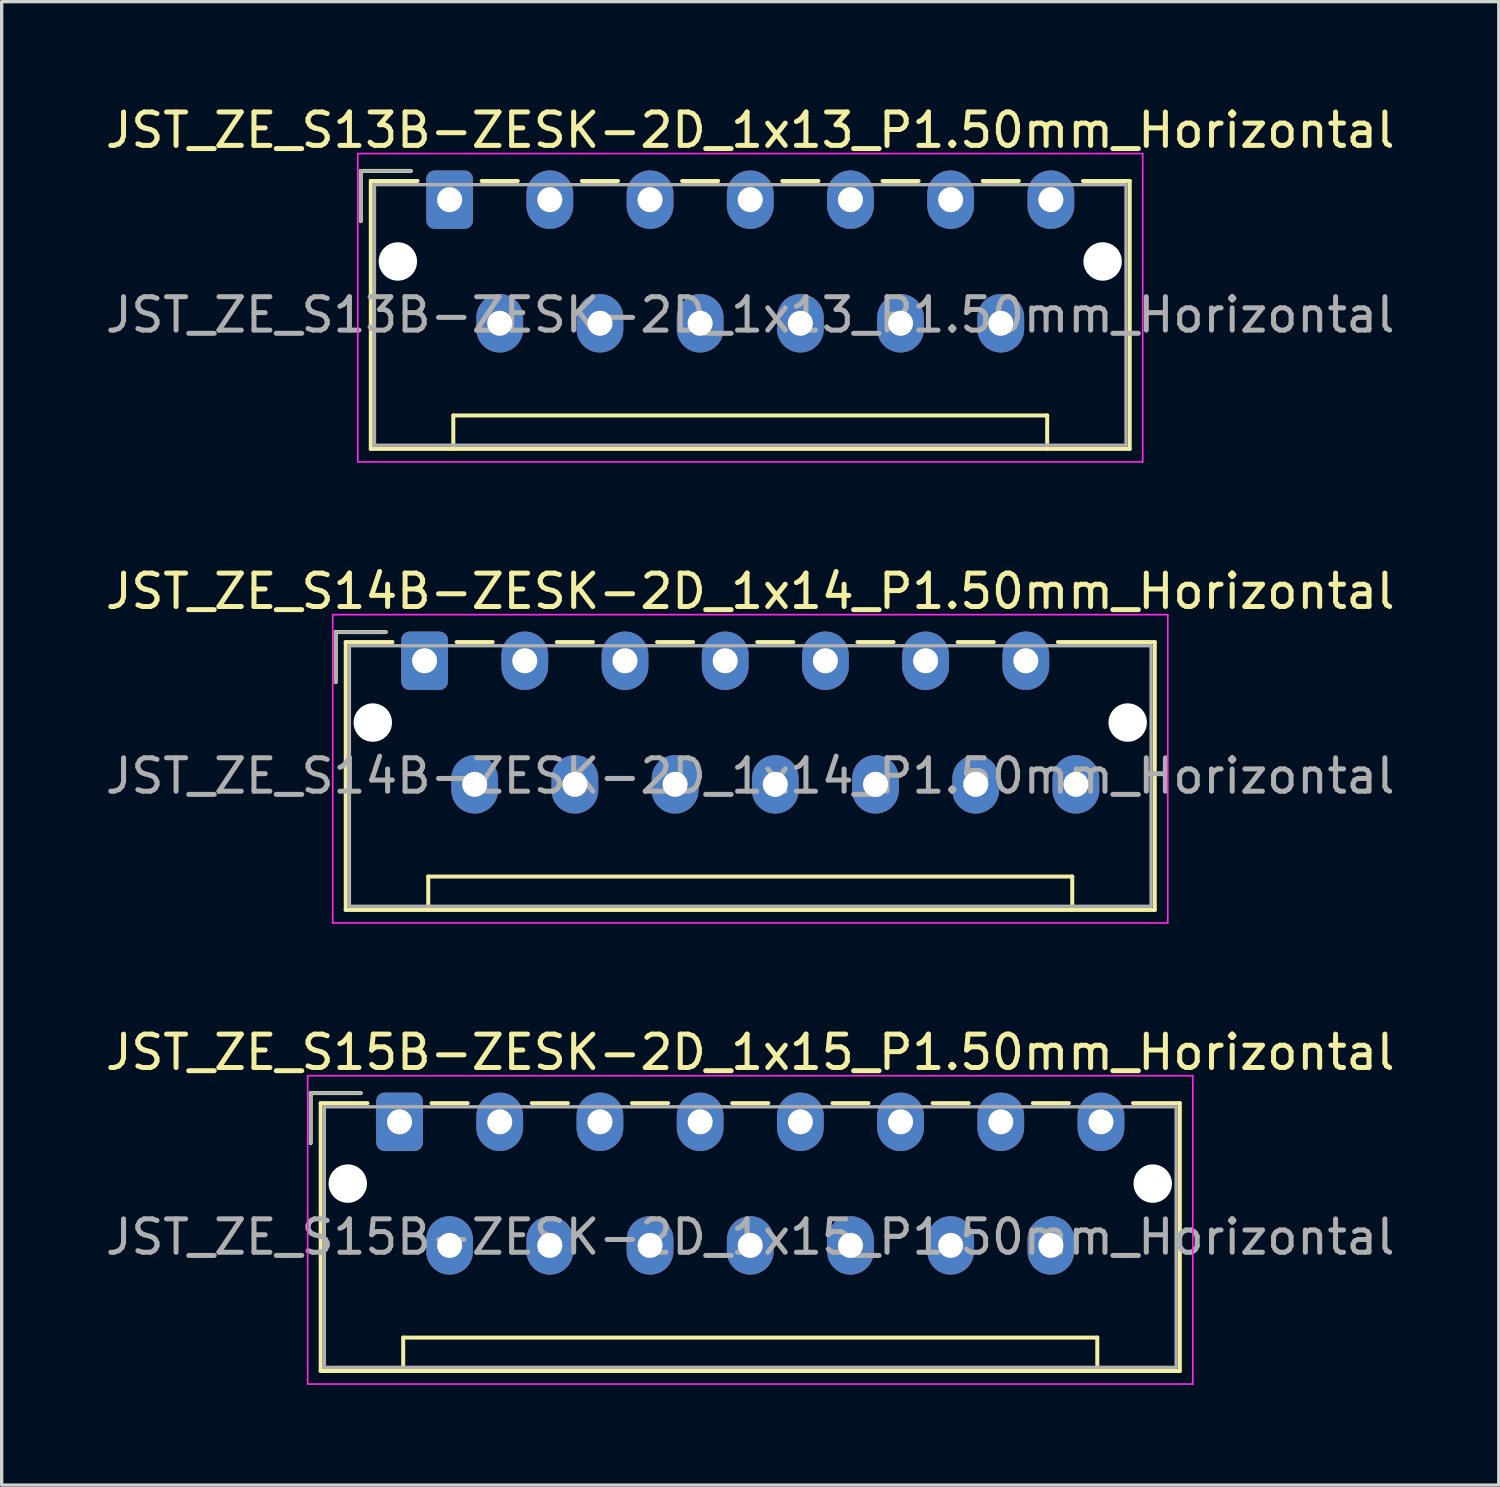
<source format=kicad_pcb>
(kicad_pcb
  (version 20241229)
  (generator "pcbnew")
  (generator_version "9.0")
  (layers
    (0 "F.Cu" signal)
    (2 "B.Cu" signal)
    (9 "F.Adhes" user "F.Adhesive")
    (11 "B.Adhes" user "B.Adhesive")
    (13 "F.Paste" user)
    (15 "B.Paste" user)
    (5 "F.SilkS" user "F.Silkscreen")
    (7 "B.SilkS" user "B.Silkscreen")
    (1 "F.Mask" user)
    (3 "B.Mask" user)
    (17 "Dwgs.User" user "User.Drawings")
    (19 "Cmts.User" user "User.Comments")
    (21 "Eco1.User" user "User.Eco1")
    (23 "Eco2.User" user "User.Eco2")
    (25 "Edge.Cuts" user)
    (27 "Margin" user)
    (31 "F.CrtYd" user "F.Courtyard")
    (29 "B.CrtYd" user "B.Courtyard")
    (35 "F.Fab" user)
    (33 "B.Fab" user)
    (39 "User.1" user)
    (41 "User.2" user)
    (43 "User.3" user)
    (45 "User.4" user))
  (footprint "JST_ZE_S14B-ZESK-2D_1x14_P1.50mm_Horizontal"
    (layer "F.Cu")
    (at 9.661 16.732)
    (property "Reference" "JST_ZE_S14B-ZESK-2D_1x14_P1.50mm_Horizontal" (at 9.75 -2.08 0) (layer "F.SilkS") (effects (font (size 1 1) (thickness 0.15))))
    (attr through_hole)
    (fp_line (start -2.66 -0.86) (end -1.16 -0.86) (stroke (width 0.12) (type solid)) (layer "F.SilkS"))
    (fp_line (start -2.66 0.64) (end -2.66 -0.86) (stroke (width 0.12) (type solid)) (layer "F.SilkS"))
    (fp_line (start -2.36 -0.56) (end -2.36 7.46) (stroke (width 0.12) (type solid)) (layer "F.SilkS"))
    (fp_line (start -2.36 7.46) (end 21.86 7.46) (stroke (width 0.12) (type solid)) (layer "F.SilkS"))
    (fp_line (start -0.96 -0.56) (end -2.36 -0.56) (stroke (width 0.12) (type solid)) (layer "F.SilkS"))
    (fp_line (start 0.11 6.46) (end 19.39 6.46) (stroke (width 0.12) (type solid)) (layer "F.SilkS"))
    (fp_line (start 0.11 7.46) (end 0.11 6.46) (stroke (width 0.12) (type solid)) (layer "F.SilkS"))
    (fp_line (start 0.96 -0.56) (end 2.04 -0.56) (stroke (width 0.12) (type solid)) (layer "F.SilkS"))
    (fp_line (start 3.96 -0.56) (end 5.04 -0.56) (stroke (width 0.12) (type solid)) (layer "F.SilkS"))
    (fp_line (start 6.96 -0.56) (end 8.04 -0.56) (stroke (width 0.12) (type solid)) (layer "F.SilkS"))
    (fp_line (start 9.96 -0.56) (end 11.04 -0.56) (stroke (width 0.12) (type solid)) (layer "F.SilkS"))
    (fp_line (start 12.96 -0.56) (end 14.04 -0.56) (stroke (width 0.12) (type solid)) (layer "F.SilkS"))
    (fp_line (start 15.96 -0.56) (end 17.04 -0.56) (stroke (width 0.12) (type solid)) (layer "F.SilkS"))
    (fp_line (start 19.39 6.46) (end 19.39 7.46) (stroke (width 0.12) (type solid)) (layer "F.SilkS"))
    (fp_line (start 21.86 -0.56) (end 18.96 -0.56) (stroke (width 0.12) (type solid)) (layer "F.SilkS"))
    (fp_line (start 21.86 7.46) (end 21.86 -0.56) (stroke (width 0.12) (type solid)) (layer "F.SilkS"))
    (fp_line (start -2.75 -1.38) (end -2.75 7.85) (stroke (width 0.05) (type solid)) (layer "F.CrtYd"))
    (fp_line (start -2.75 7.85) (end 22.25 7.85) (stroke (width 0.05) (type solid)) (layer "F.CrtYd"))
    (fp_line (start 22.25 -1.38) (end -2.75 -1.38) (stroke (width 0.05) (type solid)) (layer "F.CrtYd"))
    (fp_line (start 22.25 7.85) (end 22.25 -1.38) (stroke (width 0.05) (type solid)) (layer "F.CrtYd"))
    (fp_line (start -2.66 -0.86) (end -1.16 -0.86) (stroke (width 0.1) (type solid)) (layer "F.Fab"))
    (fp_line (start -2.66 0.64) (end -2.66 -0.86) (stroke (width 0.1) (type solid)) (layer "F.Fab"))
    (fp_line (start -2.25 -0.45) (end -2.25 7.35) (stroke (width 0.1) (type solid)) (layer "F.Fab"))
    (fp_line (start -2.25 7.35) (end 21.75 7.35) (stroke (width 0.1) (type solid)) (layer "F.Fab"))
    (fp_line (start 21.75 -0.45) (end -2.25 -0.45) (stroke (width 0.1) (type solid)) (layer "F.Fab"))
    (fp_line (start 21.75 7.35) (end 21.75 -0.45) (stroke (width 0.1) (type solid)) (layer "F.Fab"))
    (fp_text user "${REFERENCE}" (at 9.75 3.45 0) (layer "F.Fab") (effects (font (size 1 1) (thickness 0.15))))
    (pad "" np_thru_hole circle (at -1.55 1.85) (size 1.15 1.15) (drill 1.15) (layers "*.Cu" "*.Mask"))
    (pad "" np_thru_hole circle (at 21.05 1.85) (size 1.15 1.15) (drill 1.15) (layers "*.Cu" "*.Mask"))
    (pad "1" thru_hole roundrect (at 0 0) (size 1.4 1.75) (drill 0.75) (layers "*.Cu" "*.Mask") (roundrect_rratio 0.179))
    (pad "2" thru_hole oval (at 1.5 3.7) (size 1.4 1.75) (drill 0.75) (layers "*.Cu" "*.Mask"))
    (pad "3" thru_hole oval (at 3 0) (size 1.4 1.75) (drill 0.75) (layers "*.Cu" "*.Mask"))
    (pad "4" thru_hole oval (at 4.5 3.7) (size 1.4 1.75) (drill 0.75) (layers "*.Cu" "*.Mask"))
    (pad "5" thru_hole oval (at 6 0) (size 1.4 1.75) (drill 0.75) (layers "*.Cu" "*.Mask"))
    (pad "6" thru_hole oval (at 7.5 3.7) (size 1.4 1.75) (drill 0.75) (layers "*.Cu" "*.Mask"))
    (pad "7" thru_hole oval (at 9 0) (size 1.4 1.75) (drill 0.75) (layers "*.Cu" "*.Mask"))
    (pad "8" thru_hole oval (at 10.5 3.7) (size 1.4 1.75) (drill 0.75) (layers "*.Cu" "*.Mask"))
    (pad "9" thru_hole oval (at 12 0) (size 1.4 1.75) (drill 0.75) (layers "*.Cu" "*.Mask"))
    (pad "10" thru_hole oval (at 13.5 3.7) (size 1.4 1.75) (drill 0.75) (layers "*.Cu" "*.Mask"))
    (pad "11" thru_hole oval (at 15 0) (size 1.4 1.75) (drill 0.75) (layers "*.Cu" "*.Mask"))
    (pad "12" thru_hole oval (at 16.5 3.7) (size 1.4 1.75) (drill 0.75) (layers "*.Cu" "*.Mask"))
    (pad "13" thru_hole oval (at 18 0) (size 1.4 1.75) (drill 0.75) (layers "*.Cu" "*.Mask"))
    (pad "14" thru_hole oval (at 19.5 3.7) (size 1.4 1.75) (drill 0.75) (layers "*.Cu" "*.Mask")))
  (footprint "JST_ZE_S15B-ZESK-2D_1x15_P1.50mm_Horizontal"
    (layer "F.Cu")
    (at 8.911 30.535)
    (property "Reference" "JST_ZE_S15B-ZESK-2D_1x15_P1.50mm_Horizontal" (at 10.5 -2.08 0) (layer "F.SilkS") (effects (font (size 1 1) (thickness 0.15))))
    (attr through_hole)
    (fp_line (start -2.66 -0.86) (end -1.16 -0.86) (stroke (width 0.12) (type solid)) (layer "F.SilkS"))
    (fp_line (start -2.66 0.64) (end -2.66 -0.86) (stroke (width 0.12) (type solid)) (layer "F.SilkS"))
    (fp_line (start -2.36 -0.56) (end -2.36 7.46) (stroke (width 0.12) (type solid)) (layer "F.SilkS"))
    (fp_line (start -2.36 7.46) (end 23.36 7.46) (stroke (width 0.12) (type solid)) (layer "F.SilkS"))
    (fp_line (start -0.96 -0.56) (end -2.36 -0.56) (stroke (width 0.12) (type solid)) (layer "F.SilkS"))
    (fp_line (start 0.11 6.46) (end 20.89 6.46) (stroke (width 0.12) (type solid)) (layer "F.SilkS"))
    (fp_line (start 0.11 7.46) (end 0.11 6.46) (stroke (width 0.12) (type solid)) (layer "F.SilkS"))
    (fp_line (start 0.96 -0.56) (end 2.04 -0.56) (stroke (width 0.12) (type solid)) (layer "F.SilkS"))
    (fp_line (start 3.96 -0.56) (end 5.04 -0.56) (stroke (width 0.12) (type solid)) (layer "F.SilkS"))
    (fp_line (start 6.96 -0.56) (end 8.04 -0.56) (stroke (width 0.12) (type solid)) (layer "F.SilkS"))
    (fp_line (start 9.96 -0.56) (end 11.04 -0.56) (stroke (width 0.12) (type solid)) (layer "F.SilkS"))
    (fp_line (start 12.96 -0.56) (end 14.04 -0.56) (stroke (width 0.12) (type solid)) (layer "F.SilkS"))
    (fp_line (start 15.96 -0.56) (end 17.04 -0.56) (stroke (width 0.12) (type solid)) (layer "F.SilkS"))
    (fp_line (start 18.96 -0.56) (end 20.04 -0.56) (stroke (width 0.12) (type solid)) (layer "F.SilkS"))
    (fp_line (start 20.89 6.46) (end 20.89 7.46) (stroke (width 0.12) (type solid)) (layer "F.SilkS"))
    (fp_line (start 23.36 -0.56) (end 21.96 -0.56) (stroke (width 0.12) (type solid)) (layer "F.SilkS"))
    (fp_line (start 23.36 7.46) (end 23.36 -0.56) (stroke (width 0.12) (type solid)) (layer "F.SilkS"))
    (fp_line (start -2.75 -1.38) (end -2.75 7.85) (stroke (width 0.05) (type solid)) (layer "F.CrtYd"))
    (fp_line (start -2.75 7.85) (end 23.75 7.85) (stroke (width 0.05) (type solid)) (layer "F.CrtYd"))
    (fp_line (start 23.75 -1.38) (end -2.75 -1.38) (stroke (width 0.05) (type solid)) (layer "F.CrtYd"))
    (fp_line (start 23.75 7.85) (end 23.75 -1.38) (stroke (width 0.05) (type solid)) (layer "F.CrtYd"))
    (fp_line (start -2.66 -0.86) (end -1.16 -0.86) (stroke (width 0.1) (type solid)) (layer "F.Fab"))
    (fp_line (start -2.66 0.64) (end -2.66 -0.86) (stroke (width 0.1) (type solid)) (layer "F.Fab"))
    (fp_line (start -2.25 -0.45) (end -2.25 7.35) (stroke (width 0.1) (type solid)) (layer "F.Fab"))
    (fp_line (start -2.25 7.35) (end 23.25 7.35) (stroke (width 0.1) (type solid)) (layer "F.Fab"))
    (fp_line (start 23.25 -0.45) (end -2.25 -0.45) (stroke (width 0.1) (type solid)) (layer "F.Fab"))
    (fp_line (start 23.25 7.35) (end 23.25 -0.45) (stroke (width 0.1) (type solid)) (layer "F.Fab"))
    (fp_text user "${REFERENCE}" (at 10.5 3.45 0) (layer "F.Fab") (effects (font (size 1 1) (thickness 0.15))))
    (pad "" np_thru_hole circle (at -1.55 1.85) (size 1.15 1.15) (drill 1.15) (layers "*.Cu" "*.Mask"))
    (pad "" np_thru_hole circle (at 22.55 1.85) (size 1.15 1.15) (drill 1.15) (layers "*.Cu" "*.Mask"))
    (pad "1" thru_hole roundrect (at 0 0) (size 1.4 1.75) (drill 0.75) (layers "*.Cu" "*.Mask") (roundrect_rratio 0.179))
    (pad "2" thru_hole oval (at 1.5 3.7) (size 1.4 1.75) (drill 0.75) (layers "*.Cu" "*.Mask"))
    (pad "3" thru_hole oval (at 3 0) (size 1.4 1.75) (drill 0.75) (layers "*.Cu" "*.Mask"))
    (pad "4" thru_hole oval (at 4.5 3.7) (size 1.4 1.75) (drill 0.75) (layers "*.Cu" "*.Mask"))
    (pad "5" thru_hole oval (at 6 0) (size 1.4 1.75) (drill 0.75) (layers "*.Cu" "*.Mask"))
    (pad "6" thru_hole oval (at 7.5 3.7) (size 1.4 1.75) (drill 0.75) (layers "*.Cu" "*.Mask"))
    (pad "7" thru_hole oval (at 9 0) (size 1.4 1.75) (drill 0.75) (layers "*.Cu" "*.Mask"))
    (pad "8" thru_hole oval (at 10.5 3.7) (size 1.4 1.75) (drill 0.75) (layers "*.Cu" "*.Mask"))
    (pad "9" thru_hole oval (at 12 0) (size 1.4 1.75) (drill 0.75) (layers "*.Cu" "*.Mask"))
    (pad "10" thru_hole oval (at 13.5 3.7) (size 1.4 1.75) (drill 0.75) (layers "*.Cu" "*.Mask"))
    (pad "11" thru_hole oval (at 15 0) (size 1.4 1.75) (drill 0.75) (layers "*.Cu" "*.Mask"))
    (pad "12" thru_hole oval (at 16.5 3.7) (size 1.4 1.75) (drill 0.75) (layers "*.Cu" "*.Mask"))
    (pad "13" thru_hole oval (at 18 0) (size 1.4 1.75) (drill 0.75) (layers "*.Cu" "*.Mask"))
    (pad "14" thru_hole oval (at 19.5 3.7) (size 1.4 1.75) (drill 0.75) (layers "*.Cu" "*.Mask"))
    (pad "15" thru_hole oval (at 21 0) (size 1.4 1.75) (drill 0.75) (layers "*.Cu" "*.Mask")))
  (footprint "JST_ZE_S13B-ZESK-2D_1x13_P1.50mm_Horizontal"
    (layer "F.Cu")
    (at 10.411 2.928)
    (property "Reference" "JST_ZE_S13B-ZESK-2D_1x13_P1.50mm_Horizontal" (at 9 -2.08 0) (layer "F.SilkS") (effects (font (size 1 1) (thickness 0.15))))
    (attr through_hole)
    (fp_line (start -2.66 -0.86) (end -1.16 -0.86) (stroke (width 0.12) (type solid)) (layer "F.SilkS"))
    (fp_line (start -2.66 0.64) (end -2.66 -0.86) (stroke (width 0.12) (type solid)) (layer "F.SilkS"))
    (fp_line (start -2.36 -0.56) (end -2.36 7.46) (stroke (width 0.12) (type solid)) (layer "F.SilkS"))
    (fp_line (start -2.36 7.46) (end 20.36 7.46) (stroke (width 0.12) (type solid)) (layer "F.SilkS"))
    (fp_line (start -0.96 -0.56) (end -2.36 -0.56) (stroke (width 0.12) (type solid)) (layer "F.SilkS"))
    (fp_line (start 0.11 6.46) (end 17.89 6.46) (stroke (width 0.12) (type solid)) (layer "F.SilkS"))
    (fp_line (start 0.11 7.46) (end 0.11 6.46) (stroke (width 0.12) (type solid)) (layer "F.SilkS"))
    (fp_line (start 0.96 -0.56) (end 2.04 -0.56) (stroke (width 0.12) (type solid)) (layer "F.SilkS"))
    (fp_line (start 3.96 -0.56) (end 5.04 -0.56) (stroke (width 0.12) (type solid)) (layer "F.SilkS"))
    (fp_line (start 6.96 -0.56) (end 8.04 -0.56) (stroke (width 0.12) (type solid)) (layer "F.SilkS"))
    (fp_line (start 9.96 -0.56) (end 11.04 -0.56) (stroke (width 0.12) (type solid)) (layer "F.SilkS"))
    (fp_line (start 12.96 -0.56) (end 14.04 -0.56) (stroke (width 0.12) (type solid)) (layer "F.SilkS"))
    (fp_line (start 15.96 -0.56) (end 17.04 -0.56) (stroke (width 0.12) (type solid)) (layer "F.SilkS"))
    (fp_line (start 17.89 6.46) (end 17.89 7.46) (stroke (width 0.12) (type solid)) (layer "F.SilkS"))
    (fp_line (start 20.36 -0.56) (end 18.96 -0.56) (stroke (width 0.12) (type solid)) (layer "F.SilkS"))
    (fp_line (start 20.36 7.46) (end 20.36 -0.56) (stroke (width 0.12) (type solid)) (layer "F.SilkS"))
    (fp_line (start -2.75 -1.38) (end -2.75 7.85) (stroke (width 0.05) (type solid)) (layer "F.CrtYd"))
    (fp_line (start -2.75 7.85) (end 20.75 7.85) (stroke (width 0.05) (type solid)) (layer "F.CrtYd"))
    (fp_line (start 20.75 -1.38) (end -2.75 -1.38) (stroke (width 0.05) (type solid)) (layer "F.CrtYd"))
    (fp_line (start 20.75 7.85) (end 20.75 -1.38) (stroke (width 0.05) (type solid)) (layer "F.CrtYd"))
    (fp_line (start -2.66 -0.86) (end -1.16 -0.86) (stroke (width 0.1) (type solid)) (layer "F.Fab"))
    (fp_line (start -2.66 0.64) (end -2.66 -0.86) (stroke (width 0.1) (type solid)) (layer "F.Fab"))
    (fp_line (start -2.25 -0.45) (end -2.25 7.35) (stroke (width 0.1) (type solid)) (layer "F.Fab"))
    (fp_line (start -2.25 7.35) (end 20.25 7.35) (stroke (width 0.1) (type solid)) (layer "F.Fab"))
    (fp_line (start 20.25 -0.45) (end -2.25 -0.45) (stroke (width 0.1) (type solid)) (layer "F.Fab"))
    (fp_line (start 20.25 7.35) (end 20.25 -0.45) (stroke (width 0.1) (type solid)) (layer "F.Fab"))
    (fp_text user "${REFERENCE}" (at 9 3.45 0) (layer "F.Fab") (effects (font (size 1 1) (thickness 0.15))))
    (pad "" np_thru_hole circle (at -1.55 1.85) (size 1.15 1.15) (drill 1.15) (layers "*.Cu" "*.Mask"))
    (pad "" np_thru_hole circle (at 19.55 1.85) (size 1.15 1.15) (drill 1.15) (layers "*.Cu" "*.Mask"))
    (pad "1" thru_hole roundrect (at 0 0) (size 1.4 1.75) (drill 0.75) (layers "*.Cu" "*.Mask") (roundrect_rratio 0.179))
    (pad "2" thru_hole oval (at 1.5 3.7) (size 1.4 1.75) (drill 0.75) (layers "*.Cu" "*.Mask"))
    (pad "3" thru_hole oval (at 3 0) (size 1.4 1.75) (drill 0.75) (layers "*.Cu" "*.Mask"))
    (pad "4" thru_hole oval (at 4.5 3.7) (size 1.4 1.75) (drill 0.75) (layers "*.Cu" "*.Mask"))
    (pad "5" thru_hole oval (at 6 0) (size 1.4 1.75) (drill 0.75) (layers "*.Cu" "*.Mask"))
    (pad "6" thru_hole oval (at 7.5 3.7) (size 1.4 1.75) (drill 0.75) (layers "*.Cu" "*.Mask"))
    (pad "7" thru_hole oval (at 9 0) (size 1.4 1.75) (drill 0.75) (layers "*.Cu" "*.Mask"))
    (pad "8" thru_hole oval (at 10.5 3.7) (size 1.4 1.75) (drill 0.75) (layers "*.Cu" "*.Mask"))
    (pad "9" thru_hole oval (at 12 0) (size 1.4 1.75) (drill 0.75) (layers "*.Cu" "*.Mask"))
    (pad "10" thru_hole oval (at 13.5 3.7) (size 1.4 1.75) (drill 0.75) (layers "*.Cu" "*.Mask"))
    (pad "11" thru_hole oval (at 15 0) (size 1.4 1.75) (drill 0.75) (layers "*.Cu" "*.Mask"))
    (pad "12" thru_hole oval (at 16.5 3.7) (size 1.4 1.75) (drill 0.75) (layers "*.Cu" "*.Mask"))
    (pad "13" thru_hole oval (at 18 0) (size 1.4 1.75) (drill 0.75) (layers "*.Cu" "*.Mask")))
  (gr_rect
    (start -3 -3)
    (end 41.821 41.41)
    (stroke (width 0.1) (type default))
    (fill no)
    (layer "Edge.Cuts")))
</source>
